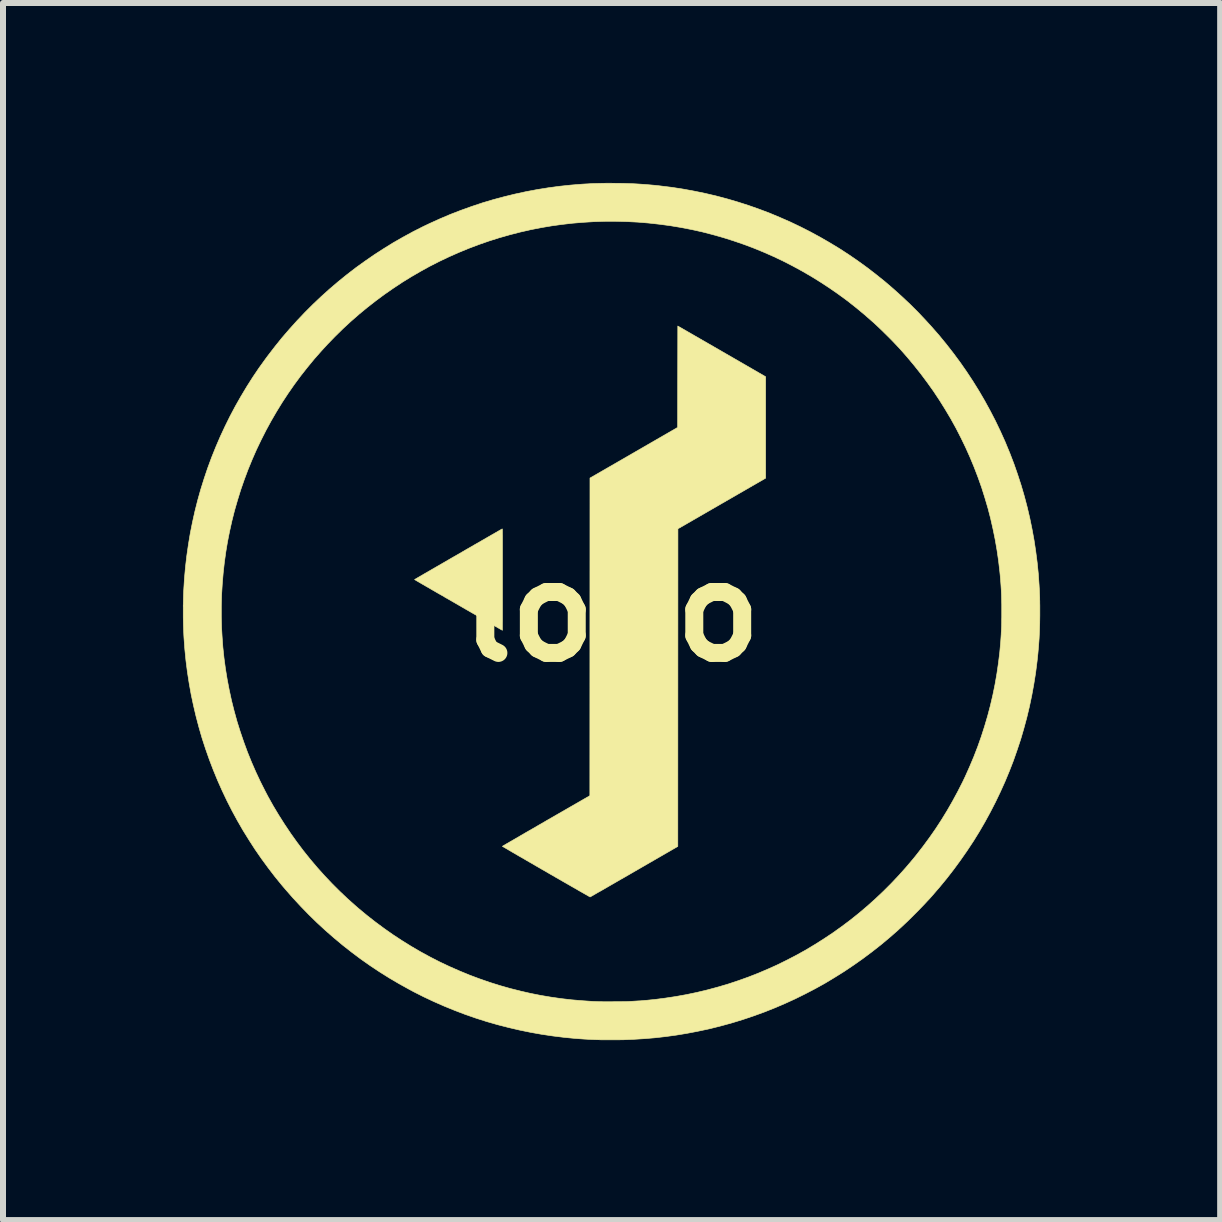
<source format=kicad_pcb>
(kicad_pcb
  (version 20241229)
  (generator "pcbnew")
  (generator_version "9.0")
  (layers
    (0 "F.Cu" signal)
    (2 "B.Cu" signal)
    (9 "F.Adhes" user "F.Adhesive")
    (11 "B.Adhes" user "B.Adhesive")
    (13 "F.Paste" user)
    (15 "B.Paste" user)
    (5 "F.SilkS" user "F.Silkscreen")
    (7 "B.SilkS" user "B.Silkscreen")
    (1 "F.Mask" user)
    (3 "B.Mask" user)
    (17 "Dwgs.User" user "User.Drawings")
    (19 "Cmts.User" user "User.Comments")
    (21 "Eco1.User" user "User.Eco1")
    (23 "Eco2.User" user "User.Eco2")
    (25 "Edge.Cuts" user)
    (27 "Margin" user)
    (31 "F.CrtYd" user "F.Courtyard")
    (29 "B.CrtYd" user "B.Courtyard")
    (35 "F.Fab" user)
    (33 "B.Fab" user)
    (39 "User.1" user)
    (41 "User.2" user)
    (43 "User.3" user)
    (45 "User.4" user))
  (footprint "logo"
    (layer "F.Cu")
    (at 7.145 7.145)
    (property "Reference" "logo" (at 0 0 0) (layer "F.SilkS") (effects (font (size 1.524 1.524) (thickness 0.3))))
    (attr through_hole)
    (fp_poly (pts (xy 1.836 -4.338) (xy 2.568 -3.915) (xy 2.568 -3.07) (xy 2.568 -2.224) (xy 1.837 -1.802) (xy 1.106 -1.38) (xy 1.105 1.268) (xy 1.104 3.915) (xy 0.375 4.336) (xy 0.318 4.369) (xy 0.263 4.401) (xy 0.209 4.432) (xy 0.156 4.462) (xy 0.106 4.491) (xy 0.056 4.52) (xy 0.009 4.547) (xy -0.036 4.573) (xy -0.079 4.598) (xy -0.119 4.621) (xy -0.157 4.643) (xy -0.192 4.663) (xy -0.225 4.681) (xy -0.254 4.698) (xy -0.28 4.713) (xy -0.302 4.726) (xy -0.321 4.737) (xy -0.336 4.745) (xy -0.348 4.752) (xy -0.355 4.756) (xy -0.358 4.757) (xy -0.358 4.757) (xy -0.361 4.756) (xy -0.367 4.752) (xy -0.378 4.746) (xy -0.393 4.738) (xy -0.411 4.727) (xy -0.433 4.715) (xy -0.459 4.7) (xy -0.487 4.684) (xy -0.519 4.666) (xy -0.554 4.646) (xy -0.591 4.624) (xy -0.632 4.601) (xy -0.674 4.577) (xy -0.719 4.551) (xy -0.766 4.524) (xy -0.815 4.496) (xy -0.865 4.467) (xy -0.918 4.437) (xy -0.972 4.405) (xy -1.027 4.374) (xy -1.083 4.341) (xy -1.091 4.336) (xy -1.148 4.304) (xy -1.203 4.272) (xy -1.257 4.241) (xy -1.309 4.21) (xy -1.36 4.181) (xy -1.409 4.153) (xy -1.456 4.125) (xy -1.501 4.099) (xy -1.544 4.075) (xy -1.584 4.051) (xy -1.622 4.029) (xy -1.657 4.009) (xy -1.689 3.99) (xy -1.718 3.973) (xy -1.743 3.958) (xy -1.766 3.945) (xy -1.784 3.934) (xy -1.799 3.926) (xy -1.81 3.919) (xy -1.817 3.915) (xy -1.82 3.913) (xy -1.82 3.913) (xy -1.818 3.911) (xy -1.812 3.908) (xy -1.801 3.901) (xy -1.787 3.893) (xy -1.768 3.882) (xy -1.747 3.869) (xy -1.721 3.855) (xy -1.693 3.838) (xy -1.661 3.82) (xy -1.627 3.8) (xy -1.589 3.778) (xy -1.549 3.755) (xy -1.507 3.73) (xy -1.462 3.704) (xy -1.416 3.677) (xy -1.367 3.649) (xy -1.316 3.62) (xy -1.264 3.59) (xy -1.21 3.558) (xy -1.155 3.527) (xy -1.099 3.494) (xy -1.091 3.489) (xy -0.362 3.069) (xy -0.36 -2.226) (xy 1.101 -3.07) (xy 1.104 -4.76) (xy 1.836 -4.338)) (stroke (width 0.01) (type solid)) (fill yes) (layer "F.SilkS"))
    (fp_poly (pts (xy -1.823 -1.378) (xy -1.822 -1.377) (xy -1.822 -1.376) (xy -1.821 -1.374) (xy -1.821 -1.371) (xy -1.821 -1.366) (xy -1.821 -1.361) (xy -1.82 -1.354) (xy -1.82 -1.345) (xy -1.82 -1.334) (xy -1.82 -1.321) (xy -1.82 -1.307) (xy -1.82 -1.29) (xy -1.819 -1.27) (xy -1.819 -1.248) (xy -1.819 -1.223) (xy -1.819 -1.195) (xy -1.819 -1.164) (xy -1.819 -1.13) (xy -1.819 -1.093) (xy -1.819 -1.052) (xy -1.819 -1.007) (xy -1.819 -0.958) (xy -1.819 -0.905) (xy -1.819 -0.848) (xy -1.819 -0.787) (xy -1.819 -0.721) (xy -1.819 -0.651) (xy -1.819 -0.575) (xy -1.819 -0.534) (xy -1.819 -0.468) (xy -1.819 -0.405) (xy -1.819 -0.342) (xy -1.819 -0.281) (xy -1.819 -0.223) (xy -1.819 -0.166) (xy -1.819 -0.111) (xy -1.819 -0.059) (xy -1.819 -0.01) (xy -1.819 0.037) (xy -1.819 0.081) (xy -1.819 0.121) (xy -1.819 0.158) (xy -1.82 0.192) (xy -1.82 0.222) (xy -1.82 0.248) (xy -1.82 0.27) (xy -1.82 0.287) (xy -1.82 0.3) (xy -1.82 0.309) (xy -1.821 0.312) (xy -1.821 0.312) (xy -1.823 0.311) (xy -1.829 0.307) (xy -1.84 0.301) (xy -1.855 0.293) (xy -1.873 0.282) (xy -1.895 0.27) (xy -1.92 0.255) (xy -1.949 0.239) (xy -1.98 0.221) (xy -2.015 0.201) (xy -2.052 0.179) (xy -2.092 0.156) (xy -2.135 0.132) (xy -2.18 0.106) (xy -2.226 0.079) (xy -2.275 0.05) (xy -2.326 0.021) (xy -2.378 -0.009) (xy -2.432 -0.04) (xy -2.487 -0.072) (xy -2.543 -0.104) (xy -2.553 -0.11) (xy -2.61 -0.143) (xy -2.665 -0.175) (xy -2.719 -0.206) (xy -2.772 -0.236) (xy -2.822 -0.266) (xy -2.872 -0.294) (xy -2.919 -0.321) (xy -2.964 -0.347) (xy -3.007 -0.372) (xy -3.047 -0.396) (xy -3.085 -0.417) (xy -3.12 -0.438) (xy -3.152 -0.456) (xy -3.181 -0.473) (xy -3.207 -0.488) (xy -3.229 -0.501) (xy -3.248 -0.512) (xy -3.263 -0.521) (xy -3.274 -0.528) (xy -3.281 -0.532) (xy -3.284 -0.534) (xy -3.284 -0.534) (xy -3.282 -0.535) (xy -3.276 -0.539) (xy -3.265 -0.545) (xy -3.251 -0.553) (xy -3.233 -0.564) (xy -3.212 -0.576) (xy -3.188 -0.59) (xy -3.16 -0.606) (xy -3.13 -0.624) (xy -3.097 -0.643) (xy -3.062 -0.663) (xy -3.024 -0.685) (xy -2.985 -0.708) (xy -2.943 -0.732) (xy -2.9 -0.757) (xy -2.856 -0.782) (xy -2.81 -0.809) (xy -2.763 -0.836) (xy -2.715 -0.864) (xy -2.667 -0.892) (xy -2.618 -0.92) (xy -2.569 -0.948) (xy -2.52 -0.976) (xy -2.471 -1.005) (xy -2.423 -1.033) (xy -2.374 -1.061) (xy -2.327 -1.088) (xy -2.281 -1.115) (xy -2.235 -1.141) (xy -2.191 -1.166) (xy -2.149 -1.191) (xy -2.108 -1.214) (xy -2.069 -1.237) (xy -2.032 -1.258) (xy -1.998 -1.278) (xy -1.966 -1.296) (xy -1.937 -1.313) (xy -1.91 -1.328) (xy -1.887 -1.342) (xy -1.867 -1.353) (xy -1.85 -1.363) (xy -1.838 -1.37) (xy -1.829 -1.375) (xy -1.824 -1.378) (xy -1.823 -1.378) (xy -1.823 -1.378)) (stroke (width 0.01) (type solid)) (fill yes) (layer "F.SilkS"))
    (fp_poly (pts (xy 0.095 -7.139) (xy 0.189 -7.138) (xy 0.28 -7.135) (xy 0.368 -7.132) (xy 0.455 -7.127) (xy 0.542 -7.121) (xy 0.63 -7.114) (xy 0.719 -7.106) (xy 0.811 -7.096) (xy 0.817 -7.095) (xy 1.005 -7.072) (xy 1.192 -7.043) (xy 1.378 -7.009) (xy 1.562 -6.971) (xy 1.745 -6.928) (xy 1.926 -6.88) (xy 2.106 -6.827) (xy 2.284 -6.77) (xy 2.46 -6.708) (xy 2.635 -6.642) (xy 2.807 -6.57) (xy 2.978 -6.495) (xy 3.146 -6.415) (xy 3.313 -6.33) (xy 3.477 -6.241) (xy 3.638 -6.148) (xy 3.798 -6.051) (xy 3.955 -5.949) (xy 4.109 -5.843) (xy 4.261 -5.733) (xy 4.41 -5.618) (xy 4.557 -5.5) (xy 4.7 -5.377) (xy 4.841 -5.25) (xy 4.979 -5.12) (xy 5.114 -4.985) (xy 5.245 -4.846) (xy 5.336 -4.746) (xy 5.462 -4.602) (xy 5.583 -4.454) (xy 5.7 -4.304) (xy 5.813 -4.151) (xy 5.921 -3.996) (xy 6.025 -3.838) (xy 6.125 -3.677) (xy 6.22 -3.514) (xy 6.311 -3.348) (xy 6.398 -3.18) (xy 6.48 -3.009) (xy 6.558 -2.836) (xy 6.568 -2.812) (xy 6.64 -2.638) (xy 6.707 -2.463) (xy 6.769 -2.285) (xy 6.827 -2.106) (xy 6.88 -1.925) (xy 6.928 -1.743) (xy 6.971 -1.56) (xy 7.009 -1.375) (xy 7.043 -1.189) (xy 7.071 -1.003) (xy 7.095 -0.816) (xy 7.114 -0.627) (xy 7.127 -0.439) (xy 7.128 -0.42) (xy 7.13 -0.388) (xy 7.132 -0.358) (xy 7.133 -0.331) (xy 7.134 -0.305) (xy 7.135 -0.28) (xy 7.136 -0.255) (xy 7.137 -0.229) (xy 7.137 -0.202) (xy 7.138 -0.172) (xy 7.138 -0.14) (xy 7.139 -0.104) (xy 7.139 -0.064) (xy 7.139 -0.064) (xy 7.139 0.07) (xy 7.137 0.199) (xy 7.133 0.326) (xy 7.127 0.451) (xy 7.118 0.575) (xy 7.107 0.699) (xy 7.094 0.823) (xy 7.078 0.95) (xy 7.068 1.027) (xy 7.038 1.215) (xy 7.004 1.401) (xy 6.965 1.586) (xy 6.921 1.77) (xy 6.872 1.951) (xy 6.819 2.132) (xy 6.76 2.31) (xy 6.698 2.487) (xy 6.63 2.662) (xy 6.558 2.835) (xy 6.481 3.006) (xy 6.4 3.175) (xy 6.314 3.342) (xy 6.224 3.507) (xy 6.13 3.669) (xy 6.031 3.829) (xy 5.927 3.986) (xy 5.819 4.141) (xy 5.707 4.294) (xy 5.591 4.444) (xy 5.471 4.59) (xy 5.346 4.735) (xy 5.308 4.778) (xy 5.261 4.828) (xy 5.212 4.881) (xy 5.159 4.936) (xy 5.105 4.992) (xy 5.05 5.047) (xy 4.994 5.103) (xy 4.939 5.157) (xy 4.884 5.209) (xy 4.831 5.259) (xy 4.78 5.305) (xy 4.778 5.308) (xy 4.635 5.433) (xy 4.489 5.555) (xy 4.34 5.672) (xy 4.189 5.785) (xy 4.034 5.894) (xy 3.878 5.999) (xy 3.718 6.099) (xy 3.557 6.196) (xy 3.393 6.287) (xy 3.226 6.374) (xy 3.058 6.457) (xy 2.887 6.535) (xy 2.714 6.609) (xy 2.54 6.678) (xy 2.363 6.742) (xy 2.185 6.802) (xy 2.005 6.857) (xy 1.823 6.907) (xy 1.64 6.953) (xy 1.6 6.962) (xy 1.425 6.999) (xy 1.251 7.032) (xy 1.075 7.061) (xy 0.899 7.085) (xy 0.722 7.105) (xy 0.543 7.12) (xy 0.362 7.131) (xy 0.216 7.137) (xy 0.2 7.138) (xy 0.181 7.138) (xy 0.157 7.138) (xy 0.131 7.139) (xy 0.102 7.139) (xy 0.071 7.139) (xy 0.04 7.139) (xy 0.007 7.139) (xy -0.025 7.139) (xy -0.056 7.139) (xy -0.086 7.139) (xy -0.114 7.139) (xy -0.139 7.139) (xy -0.161 7.139) (xy -0.179 7.139) (xy -0.191 7.138) (xy -0.285 7.135) (xy -0.376 7.131) (xy -0.464 7.126) (xy -0.55 7.12) (xy -0.635 7.113) (xy -0.719 7.105) (xy -0.789 7.098) (xy -0.977 7.075) (xy -1.165 7.047) (xy -1.351 7.014) (xy -1.536 6.976) (xy -1.72 6.933) (xy -1.903 6.886) (xy -2.084 6.834) (xy -2.263 6.777) (xy -2.441 6.715) (xy -2.617 6.648) (xy -2.791 6.577) (xy -2.964 6.501) (xy -3.134 6.421) (xy -3.302 6.336) (xy -3.378 6.295) (xy -3.544 6.203) (xy -3.707 6.107) (xy -3.868 6.006) (xy -4.026 5.901) (xy -4.181 5.792) (xy -4.333 5.678) (xy -4.482 5.561) (xy -4.628 5.439) (xy -4.771 5.314) (xy -4.911 5.185) (xy -5.048 5.051) (xy -5.181 4.914) (xy -5.311 4.774) (xy -5.438 4.629) (xy -5.49 4.568) (xy -5.61 4.421) (xy -5.725 4.271) (xy -5.837 4.118) (xy -5.944 3.963) (xy -6.046 3.805) (xy -6.145 3.645) (xy -6.239 3.482) (xy -6.328 3.318) (xy -6.413 3.151) (xy -6.493 2.982) (xy -6.569 2.811) (xy -6.64 2.638) (xy -6.707 2.463) (xy -6.769 2.286) (xy -6.827 2.108) (xy -6.879 1.928) (xy -6.927 1.746) (xy -6.97 1.563) (xy -7.009 1.379) (xy -7.042 1.193) (xy -7.071 1.007) (xy -7.095 0.819) (xy -7.114 0.629) (xy -7.128 0.439) (xy -7.131 0.385) (xy -7.134 0.309) (xy -7.137 0.23) (xy -7.139 0.148) (xy -7.14 0.089) (xy -6.506 0.089) (xy -6.501 0.272) (xy -6.493 0.411) (xy -6.48 0.592) (xy -6.461 0.772) (xy -6.437 0.951) (xy -6.408 1.129) (xy -6.374 1.306) (xy -6.336 1.482) (xy -6.292 1.657) (xy -6.244 1.831) (xy -6.19 2.003) (xy -6.132 2.173) (xy -6.07 2.342) (xy -6.002 2.51) (xy -5.93 2.675) (xy -5.853 2.839) (xy -5.771 3.001) (xy -5.73 3.079) (xy -5.642 3.237) (xy -5.549 3.392) (xy -5.452 3.545) (xy -5.351 3.696) (xy -5.246 3.843) (xy -5.137 3.988) (xy -5.024 4.129) (xy -4.907 4.267) (xy -4.786 4.402) (xy -4.661 4.534) (xy -4.533 4.662) (xy -4.401 4.787) (xy -4.265 4.908) (xy -4.219 4.948) (xy -4.079 5.064) (xy -3.936 5.176) (xy -3.79 5.284) (xy -3.642 5.388) (xy -3.491 5.487) (xy -3.338 5.582) (xy -3.182 5.673) (xy -3.024 5.759) (xy -2.864 5.841) (xy -2.701 5.918) (xy -2.537 5.99) (xy -2.37 6.059) (xy -2.202 6.122) (xy -2.032 6.181) (xy -1.86 6.235) (xy -1.687 6.284) (xy -1.512 6.328) (xy -1.355 6.364) (xy -1.184 6.398) (xy -1.013 6.427) (xy -0.839 6.452) (xy -0.665 6.472) (xy -0.488 6.487) (xy -0.31 6.499) (xy -0.226 6.502) (xy -0.212 6.503) (xy -0.193 6.503) (xy -0.171 6.503) (xy -0.145 6.504) (xy -0.116 6.504) (xy -0.085 6.504) (xy -0.053 6.504) (xy -0.019 6.504) (xy 0.016 6.504) (xy 0.051 6.503) (xy 0.085 6.503) (xy 0.118 6.503) (xy 0.15 6.503) (xy 0.181 6.502) (xy 0.208 6.502) (xy 0.233 6.502) (xy 0.254 6.501) (xy 0.271 6.501) (xy 0.283 6.5) (xy 0.336 6.497) (xy 0.385 6.494) (xy 0.431 6.491) (xy 0.474 6.489) (xy 0.514 6.486) (xy 0.553 6.482) (xy 0.592 6.479) (xy 0.631 6.475) (xy 0.672 6.471) (xy 0.714 6.467) (xy 0.714 6.467) (xy 0.893 6.444) (xy 1.071 6.417) (xy 1.249 6.385) (xy 1.425 6.348) (xy 1.6 6.306) (xy 1.774 6.259) (xy 1.947 6.208) (xy 2.118 6.151) (xy 2.288 6.09) (xy 2.456 6.024) (xy 2.622 5.953) (xy 2.753 5.894) (xy 2.916 5.814) (xy 3.076 5.731) (xy 3.235 5.643) (xy 3.39 5.55) (xy 3.543 5.453) (xy 3.693 5.353) (xy 3.84 5.248) (xy 3.985 5.139) (xy 4.126 5.026) (xy 4.264 4.909) (xy 4.399 4.788) (xy 4.531 4.663) (xy 4.659 4.535) (xy 4.784 4.403) (xy 4.905 4.268) (xy 5.023 4.129) (xy 5.079 4.06) (xy 5.19 3.917) (xy 5.297 3.772) (xy 5.401 3.623) (xy 5.5 3.471) (xy 5.595 3.316) (xy 5.685 3.159) (xy 5.771 3) (xy 5.853 2.839) (xy 5.894 2.753) (xy 5.968 2.588) (xy 6.038 2.422) (xy 6.103 2.254) (xy 6.163 2.084) (xy 6.218 1.913) (xy 6.269 1.74) (xy 6.315 1.566) (xy 6.356 1.39) (xy 6.392 1.214) (xy 6.423 1.036) (xy 6.449 0.858) (xy 6.471 0.679) (xy 6.487 0.499) (xy 6.495 0.38) (xy 6.496 0.351) (xy 6.498 0.326) (xy 6.499 0.302) (xy 6.5 0.28) (xy 6.501 0.258) (xy 6.502 0.235) (xy 6.502 0.213) (xy 6.503 0.188) (xy 6.503 0.161) (xy 6.503 0.132) (xy 6.504 0.098) (xy 6.504 0.061) (xy 6.504 0.058) (xy 6.504 -0.032) (xy 6.504 -0.119) (xy 6.502 -0.203) (xy 6.5 -0.284) (xy 6.496 -0.364) (xy 6.491 -0.444) (xy 6.485 -0.524) (xy 6.478 -0.606) (xy 6.472 -0.666) (xy 6.451 -0.846) (xy 6.425 -1.025) (xy 6.394 -1.203) (xy 6.358 -1.379) (xy 6.318 -1.555) (xy 6.273 -1.728) (xy 6.222 -1.9) (xy 6.168 -2.071) (xy 6.108 -2.24) (xy 6.044 -2.407) (xy 5.975 -2.573) (xy 5.902 -2.736) (xy 5.824 -2.897) (xy 5.742 -3.057) (xy 5.655 -3.214) (xy 5.563 -3.369) (xy 5.468 -3.521) (xy 5.368 -3.672) (xy 5.263 -3.819) (xy 5.154 -3.965) (xy 5.041 -4.107) (xy 4.924 -4.247) (xy 4.855 -4.326) (xy 4.801 -4.386) (xy 4.743 -4.448) (xy 4.683 -4.511) (xy 4.621 -4.574) (xy 4.557 -4.637) (xy 4.494 -4.699) (xy 4.432 -4.758) (xy 4.371 -4.815) (xy 4.35 -4.833) (xy 4.213 -4.953) (xy 4.073 -5.069) (xy 3.931 -5.181) (xy 3.785 -5.288) (xy 3.637 -5.391) (xy 3.486 -5.49) (xy 3.333 -5.585) (xy 3.178 -5.675) (xy 3.02 -5.761) (xy 2.86 -5.843) (xy 2.698 -5.92) (xy 2.534 -5.992) (xy 2.368 -6.06) (xy 2.2 -6.123) (xy 2.031 -6.181) (xy 1.86 -6.235) (xy 1.687 -6.284) (xy 1.513 -6.329) (xy 1.337 -6.368) (xy 1.16 -6.402) (xy 1.157 -6.403) (xy 0.977 -6.433) (xy 0.797 -6.457) (xy 0.617 -6.477) (xy 0.436 -6.492) (xy 0.255 -6.501) (xy 0.073 -6.506) (xy -0.108 -6.506) (xy -0.289 -6.5) (xy -0.471 -6.489) (xy -0.651 -6.474) (xy -0.832 -6.453) (xy -0.998 -6.43) (xy -1.176 -6.4) (xy -1.353 -6.365) (xy -1.528 -6.325) (xy -1.702 -6.28) (xy -1.874 -6.231) (xy -2.045 -6.177) (xy -2.214 -6.118) (xy -2.381 -6.055) (xy -2.546 -5.987) (xy -2.709 -5.915) (xy -2.871 -5.838) (xy -3.03 -5.757) (xy -3.186 -5.671) (xy -3.341 -5.581) (xy -3.493 -5.487) (xy -3.642 -5.388) (xy -3.789 -5.286) (xy -3.933 -5.179) (xy -4.075 -5.068) (xy -4.213 -4.954) (xy -4.349 -4.835) (xy -4.482 -4.712) (xy -4.611 -4.585) (xy -4.737 -4.455) (xy -4.836 -4.347) (xy -4.956 -4.211) (xy -5.071 -4.071) (xy -5.183 -3.929) (xy -5.29 -3.784) (xy -5.393 -3.636) (xy -5.492 -3.485) (xy -5.586 -3.332) (xy -5.676 -3.177) (xy -5.762 -3.019) (xy -5.843 -2.859) (xy -5.92 -2.698) (xy -5.992 -2.534) (xy -6.06 -2.368) (xy -6.123 -2.2) (xy -6.182 -2.03) (xy -6.235 -1.859) (xy -6.285 -1.686) (xy -6.329 -1.512) (xy -6.368 -1.337) (xy -6.403 -1.16) (xy -6.43 -0.998) (xy -6.455 -0.818) (xy -6.475 -0.637) (xy -6.49 -0.456) (xy -6.501 -0.275) (xy -6.506 -0.093) (xy -6.506 0.089) (xy -7.14 0.089) (xy -7.14 0.064) (xy -7.14 -0.02) (xy -7.14 -0.104) (xy -7.138 -0.186) (xy -7.136 -0.266) (xy -7.133 -0.342) (xy -7.132 -0.362) (xy -7.12 -0.553) (xy -7.103 -0.743) (xy -7.081 -0.932) (xy -7.054 -1.119) (xy -7.023 -1.306) (xy -6.986 -1.491) (xy -6.945 -1.675) (xy -6.899 -1.857) (xy -6.848 -2.038) (xy -6.792 -2.217) (xy -6.732 -2.395) (xy -6.667 -2.571) (xy -6.597 -2.745) (xy -6.523 -2.917) (xy -6.444 -3.087) (xy -6.361 -3.255) (xy -6.273 -3.421) (xy -6.18 -3.585) (xy -6.083 -3.747) (xy -5.982 -3.906) (xy -5.876 -4.063) (xy -5.765 -4.217) (xy -5.73 -4.264) (xy -5.614 -4.415) (xy -5.495 -4.563) (xy -5.371 -4.707) (xy -5.244 -4.848) (xy -5.114 -4.985) (xy -4.98 -5.119) (xy -4.843 -5.249) (xy -4.702 -5.376) (xy -4.559 -5.498) (xy -4.412 -5.617) (xy -4.263 -5.732) (xy -4.11 -5.842) (xy -3.955 -5.949) (xy -3.797 -6.051) (xy -3.637 -6.15) (xy -3.474 -6.243) (xy -3.309 -6.333) (xy -3.141 -6.418) (xy -3.036 -6.468) (xy -2.864 -6.546) (xy -2.69 -6.62) (xy -2.514 -6.688) (xy -2.336 -6.752) (xy -2.157 -6.812) (xy -1.976 -6.866) (xy -1.794 -6.915) (xy -1.61 -6.96) (xy -1.426 -7) (xy -1.24 -7.035) (xy -1.053 -7.065) (xy -0.866 -7.09) (xy -0.677 -7.11) (xy -0.491 -7.125) (xy -0.443 -7.128) (xy -0.397 -7.13) (xy -0.354 -7.133) (xy -0.313 -7.135) (xy -0.271 -7.136) (xy -0.23 -7.137) (xy -0.188 -7.138) (xy -0.144 -7.139) (xy -0.097 -7.14) (xy -0.046 -7.14) (xy -0.003 -7.14) (xy 0.095 -7.139)) (stroke (width 0.01) (type solid)) (fill yes) (layer "F.SilkS")))
  (gr_rect
    (start -3 -3)
    (end 17.29 17.289)
    (stroke (width 0.1) (type default))
    (fill no)
    (layer "Edge.Cuts")))
</source>
